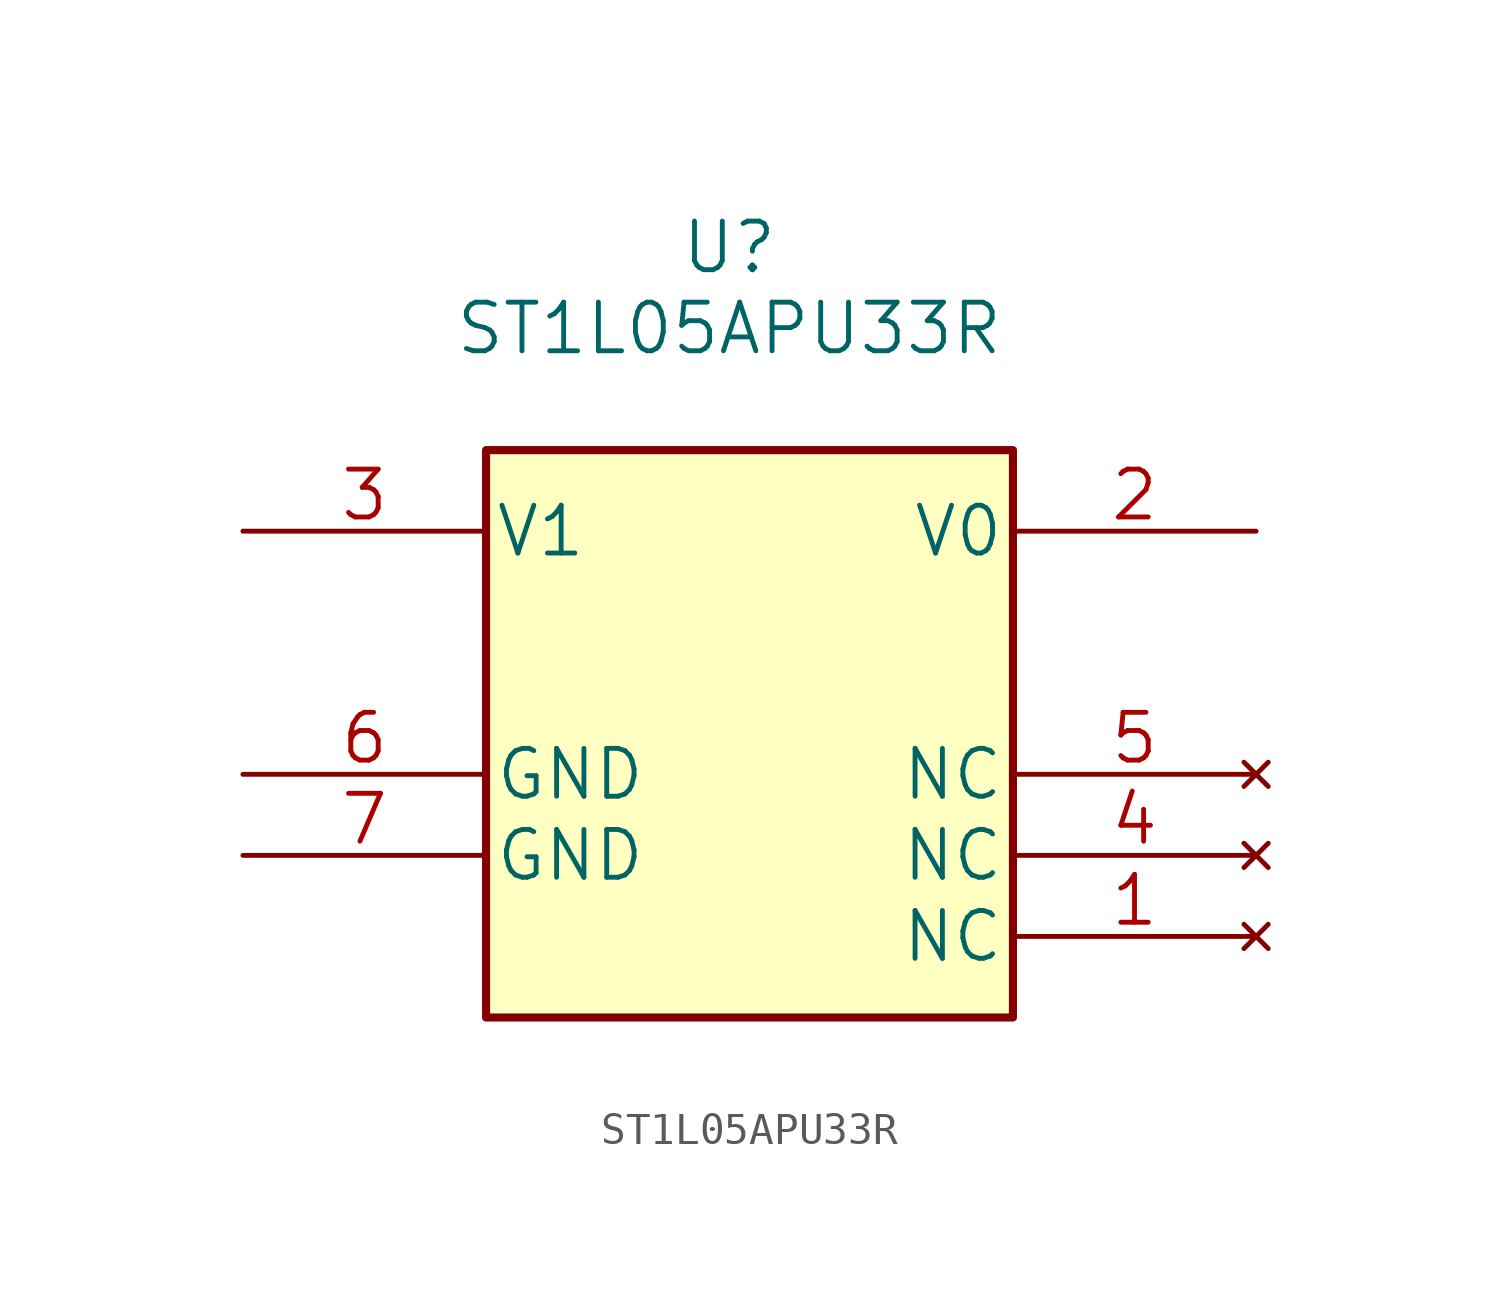
<source format=kicad_sym>
(kicad_symbol_lib
  (version 20211014)
  (generator kicad_symbol_editor)
  (symbol "ST1L05APU33R"
    (pin_names
      (offset 0.254))
    (property "Reference" "U"
      (at 21.59 15.24 0)
      (effects (font (size 1.524 1.524))))
    (property "Value" "ST1L05APU33R"
      (at 21.59 12.7 0)
      (effects (font (size 1.524 1.524))))
    (property "Datasheet" ""
      (at 38.1 -5.08 0)
      (effects (font (size 1.524 1.524))))
    (property "ki_locked" ""
      (at 0 0 0)
      (effects (font (size 1.27 1.27))))
    (symbol "ST1L05APU33R_1_1"
      (rectangle (start 13.97 8.89) (end 30.48 -8.89) (stroke (width 0.254) (type default) (color 0 0 0 0)) (fill (type background)))
      (pin no_connect line (at 38.1 -6.35 180) (length 7.62) (name "NC" (effects (font (size 1.499 1.499)))) (number "1" (effects (font (size 1.499 1.499)))))
      (pin power_out line (at 38.1 6.35 180) (length 7.62) (name "V0" (effects (font (size 1.499 1.499)))) (number "2" (effects (font (size 1.499 1.499)))))
      (pin power_in line (at 6.35 6.35 0) (length 7.62) (name "V1" (effects (font (size 1.499 1.499)))) (number "3" (effects (font (size 1.499 1.499)))))
      (pin no_connect line (at 38.1 -3.81 180) (length 7.62) (name "NC" (effects (font (size 1.499 1.499)))) (number "4" (effects (font (size 1.499 1.499)))))
      (pin no_connect line (at 38.1 -1.27 180) (length 7.62) (name "NC" (effects (font (size 1.499 1.499)))) (number "5" (effects (font (size 1.499 1.499)))))
      (pin power_in line (at 6.35 -1.27 0) (length 7.62) (name "GND" (effects (font (size 1.499 1.499)))) (number "6" (effects (font (size 1.499 1.499)))))
      (pin power_in line (at 6.35 -3.81 0) (length 7.62) (name "GND" (effects (font (size 1.499 1.499)))) (number "7" (effects (font (size 1.499 1.499))))))))
</source>
